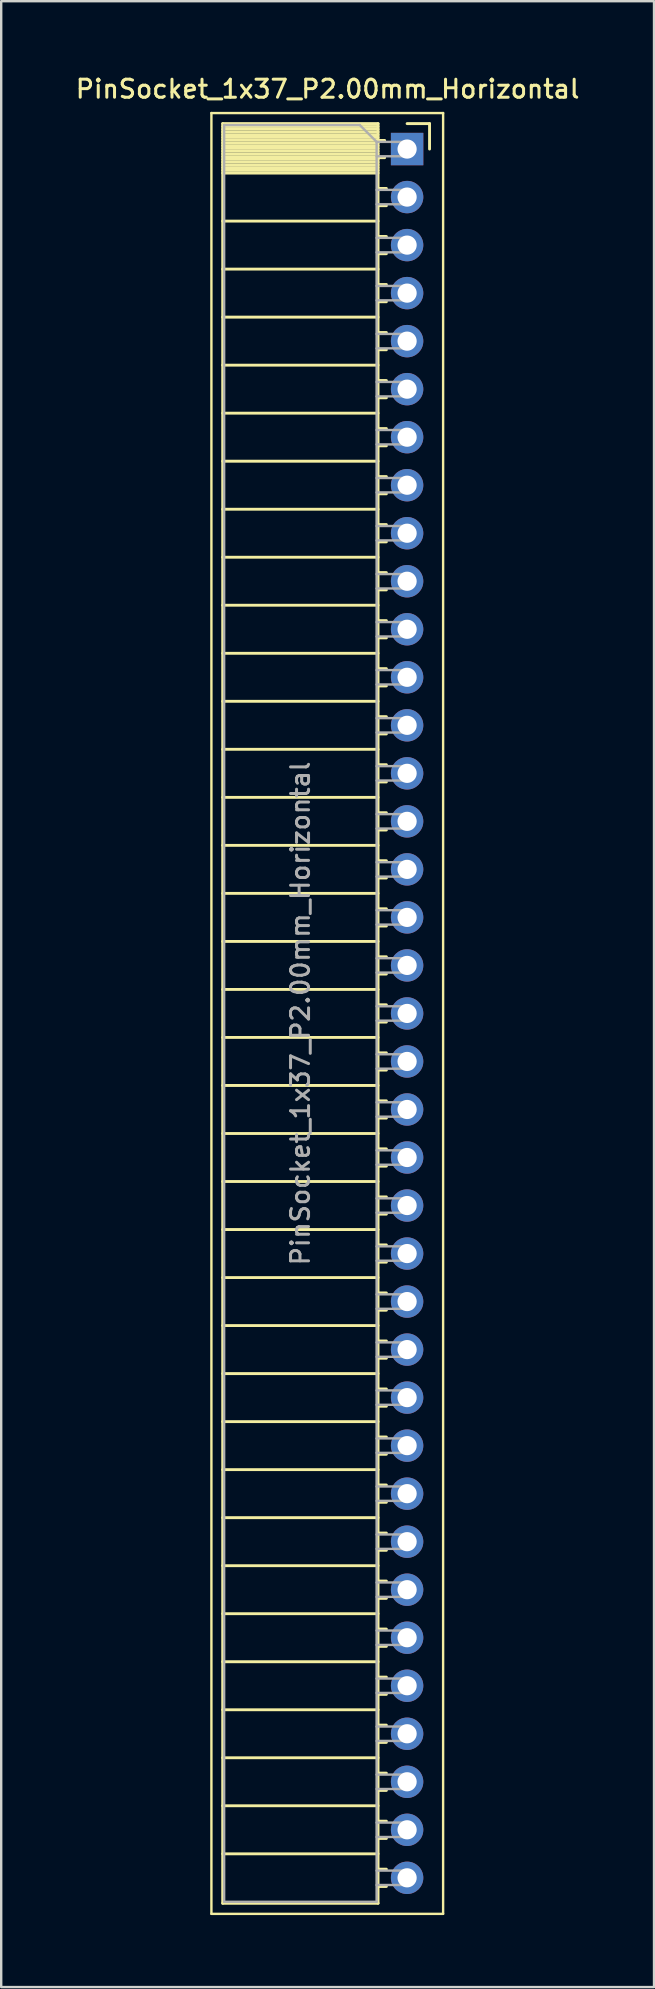
<source format=kicad_pcb>
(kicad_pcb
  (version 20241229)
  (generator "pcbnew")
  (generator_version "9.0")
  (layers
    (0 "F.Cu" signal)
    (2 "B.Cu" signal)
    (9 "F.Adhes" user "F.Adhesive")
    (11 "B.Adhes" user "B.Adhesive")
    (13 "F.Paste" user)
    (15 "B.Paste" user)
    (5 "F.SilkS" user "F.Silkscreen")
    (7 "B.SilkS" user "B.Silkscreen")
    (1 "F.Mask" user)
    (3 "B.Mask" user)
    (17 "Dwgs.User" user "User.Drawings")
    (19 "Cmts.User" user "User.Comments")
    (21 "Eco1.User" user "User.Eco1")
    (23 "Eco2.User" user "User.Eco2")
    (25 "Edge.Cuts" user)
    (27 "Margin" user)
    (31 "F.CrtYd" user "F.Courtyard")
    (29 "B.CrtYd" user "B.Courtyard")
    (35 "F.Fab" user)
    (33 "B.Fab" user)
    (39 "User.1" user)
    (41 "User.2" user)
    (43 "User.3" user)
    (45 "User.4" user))
  (footprint "PinSocket_1x37_P2.00mm_Horizontal"
    (layer "F.Cu")
    (at 13.905 3.158)
    (property "Reference" "PinSocket_1x37_P2.00mm_Horizontal" (at -3.31 -2.5 0) (layer "F.SilkS") (effects (font (size 0.75 0.75) (thickness 0.125))))
    (attr through_hole)
    (fp_line (start -8.15 -1.5) (end -8.15 73.5) (stroke (width 0.1) (type solid)) (layer "F.SilkS"))
    (fp_line (start -8.15 73.5) (end 1.5 73.5) (stroke (width 0.1) (type solid)) (layer "F.SilkS"))
    (fp_line (start -7.68 -1.06) (end -7.68 73.06) (stroke (width 0.12) (type solid)) (layer "F.SilkS"))
    (fp_line (start -7.68 -1.06) (end -1.21 -1.06) (stroke (width 0.12) (type solid)) (layer "F.SilkS"))
    (fp_line (start -7.68 -0.94) (end -1.21 -0.94) (stroke (width 0.12) (type solid)) (layer "F.SilkS"))
    (fp_line (start -7.68 -0.826) (end -1.21 -0.826) (stroke (width 0.12) (type solid)) (layer "F.SilkS"))
    (fp_line (start -7.68 -0.712) (end -1.21 -0.712) (stroke (width 0.12) (type solid)) (layer "F.SilkS"))
    (fp_line (start -7.68 -0.598) (end -1.21 -0.598) (stroke (width 0.12) (type solid)) (layer "F.SilkS"))
    (fp_line (start -7.68 -0.484) (end -1.21 -0.484) (stroke (width 0.12) (type solid)) (layer "F.SilkS"))
    (fp_line (start -7.68 -0.369) (end -1.21 -0.369) (stroke (width 0.12) (type solid)) (layer "F.SilkS"))
    (fp_line (start -7.68 -0.255) (end -1.21 -0.255) (stroke (width 0.12) (type solid)) (layer "F.SilkS"))
    (fp_line (start -7.68 -0.141) (end -1.21 -0.141) (stroke (width 0.12) (type solid)) (layer "F.SilkS"))
    (fp_line (start -7.68 -0.027) (end -1.21 -0.027) (stroke (width 0.12) (type solid)) (layer "F.SilkS"))
    (fp_line (start -7.68 0.087) (end -1.21 0.087) (stroke (width 0.12) (type solid)) (layer "F.SilkS"))
    (fp_line (start -7.68 0.201) (end -1.21 0.201) (stroke (width 0.12) (type solid)) (layer "F.SilkS"))
    (fp_line (start -7.68 0.315) (end -1.21 0.315) (stroke (width 0.12) (type solid)) (layer "F.SilkS"))
    (fp_line (start -7.68 0.429) (end -1.21 0.429) (stroke (width 0.12) (type solid)) (layer "F.SilkS"))
    (fp_line (start -7.68 0.544) (end -1.21 0.544) (stroke (width 0.12) (type solid)) (layer "F.SilkS"))
    (fp_line (start -7.68 0.658) (end -1.21 0.658) (stroke (width 0.12) (type solid)) (layer "F.SilkS"))
    (fp_line (start -7.68 0.772) (end -1.21 0.772) (stroke (width 0.12) (type solid)) (layer "F.SilkS"))
    (fp_line (start -7.68 0.886) (end -1.21 0.886) (stroke (width 0.12) (type solid)) (layer "F.SilkS"))
    (fp_line (start -7.68 1) (end -1.21 1) (stroke (width 0.12) (type solid)) (layer "F.SilkS"))
    (fp_line (start -7.68 3) (end -1.21 3) (stroke (width 0.12) (type solid)) (layer "F.SilkS"))
    (fp_line (start -7.68 5) (end -1.21 5) (stroke (width 0.12) (type solid)) (layer "F.SilkS"))
    (fp_line (start -7.68 7) (end -1.21 7) (stroke (width 0.12) (type solid)) (layer "F.SilkS"))
    (fp_line (start -7.68 9) (end -1.21 9) (stroke (width 0.12) (type solid)) (layer "F.SilkS"))
    (fp_line (start -7.68 11) (end -1.21 11) (stroke (width 0.12) (type solid)) (layer "F.SilkS"))
    (fp_line (start -7.68 13) (end -1.21 13) (stroke (width 0.12) (type solid)) (layer "F.SilkS"))
    (fp_line (start -7.68 15) (end -1.21 15) (stroke (width 0.12) (type solid)) (layer "F.SilkS"))
    (fp_line (start -7.68 17) (end -1.21 17) (stroke (width 0.12) (type solid)) (layer "F.SilkS"))
    (fp_line (start -7.68 19) (end -1.21 19) (stroke (width 0.12) (type solid)) (layer "F.SilkS"))
    (fp_line (start -7.68 21) (end -1.21 21) (stroke (width 0.12) (type solid)) (layer "F.SilkS"))
    (fp_line (start -7.68 23) (end -1.21 23) (stroke (width 0.12) (type solid)) (layer "F.SilkS"))
    (fp_line (start -7.68 25) (end -1.21 25) (stroke (width 0.12) (type solid)) (layer "F.SilkS"))
    (fp_line (start -7.68 27) (end -1.21 27) (stroke (width 0.12) (type solid)) (layer "F.SilkS"))
    (fp_line (start -7.68 29) (end -1.21 29) (stroke (width 0.12) (type solid)) (layer "F.SilkS"))
    (fp_line (start -7.68 31) (end -1.21 31) (stroke (width 0.12) (type solid)) (layer "F.SilkS"))
    (fp_line (start -7.68 33) (end -1.21 33) (stroke (width 0.12) (type solid)) (layer "F.SilkS"))
    (fp_line (start -7.68 35) (end -1.21 35) (stroke (width 0.12) (type solid)) (layer "F.SilkS"))
    (fp_line (start -7.68 37) (end -1.21 37) (stroke (width 0.12) (type solid)) (layer "F.SilkS"))
    (fp_line (start -7.68 39) (end -1.21 39) (stroke (width 0.12) (type solid)) (layer "F.SilkS"))
    (fp_line (start -7.68 41) (end -1.21 41) (stroke (width 0.12) (type solid)) (layer "F.SilkS"))
    (fp_line (start -7.68 43) (end -1.21 43) (stroke (width 0.12) (type solid)) (layer "F.SilkS"))
    (fp_line (start -7.68 45) (end -1.21 45) (stroke (width 0.12) (type solid)) (layer "F.SilkS"))
    (fp_line (start -7.68 47) (end -1.21 47) (stroke (width 0.12) (type solid)) (layer "F.SilkS"))
    (fp_line (start -7.68 49) (end -1.21 49) (stroke (width 0.12) (type solid)) (layer "F.SilkS"))
    (fp_line (start -7.68 51) (end -1.21 51) (stroke (width 0.12) (type solid)) (layer "F.SilkS"))
    (fp_line (start -7.68 53) (end -1.21 53) (stroke (width 0.12) (type solid)) (layer "F.SilkS"))
    (fp_line (start -7.68 55) (end -1.21 55) (stroke (width 0.12) (type solid)) (layer "F.SilkS"))
    (fp_line (start -7.68 57) (end -1.21 57) (stroke (width 0.12) (type solid)) (layer "F.SilkS"))
    (fp_line (start -7.68 59) (end -1.21 59) (stroke (width 0.12) (type solid)) (layer "F.SilkS"))
    (fp_line (start -7.68 61) (end -1.21 61) (stroke (width 0.12) (type solid)) (layer "F.SilkS"))
    (fp_line (start -7.68 63) (end -1.21 63) (stroke (width 0.12) (type solid)) (layer "F.SilkS"))
    (fp_line (start -7.68 65) (end -1.21 65) (stroke (width 0.12) (type solid)) (layer "F.SilkS"))
    (fp_line (start -7.68 67) (end -1.21 67) (stroke (width 0.12) (type solid)) (layer "F.SilkS"))
    (fp_line (start -7.68 69) (end -1.21 69) (stroke (width 0.12) (type solid)) (layer "F.SilkS"))
    (fp_line (start -7.68 71) (end -1.21 71) (stroke (width 0.12) (type solid)) (layer "F.SilkS"))
    (fp_line (start -7.68 73.06) (end -1.21 73.06) (stroke (width 0.12) (type solid)) (layer "F.SilkS"))
    (fp_line (start -1.21 -1.06) (end -1.21 73.06) (stroke (width 0.12) (type solid)) (layer "F.SilkS"))
    (fp_line (start -1.21 -0.36) (end -0.935 -0.36) (stroke (width 0.12) (type solid)) (layer "F.SilkS"))
    (fp_line (start -1.21 0.36) (end -0.935 0.36) (stroke (width 0.12) (type solid)) (layer "F.SilkS"))
    (fp_line (start -1.21 1.64) (end -0.863 1.64) (stroke (width 0.12) (type solid)) (layer "F.SilkS"))
    (fp_line (start -1.21 2.36) (end -0.863 2.36) (stroke (width 0.12) (type solid)) (layer "F.SilkS"))
    (fp_line (start -1.21 3.64) (end -0.863 3.64) (stroke (width 0.12) (type solid)) (layer "F.SilkS"))
    (fp_line (start -1.21 4.36) (end -0.863 4.36) (stroke (width 0.12) (type solid)) (layer "F.SilkS"))
    (fp_line (start -1.21 5.64) (end -0.863 5.64) (stroke (width 0.12) (type solid)) (layer "F.SilkS"))
    (fp_line (start -1.21 6.36) (end -0.863 6.36) (stroke (width 0.12) (type solid)) (layer "F.SilkS"))
    (fp_line (start -1.21 7.64) (end -0.863 7.64) (stroke (width 0.12) (type solid)) (layer "F.SilkS"))
    (fp_line (start -1.21 8.36) (end -0.863 8.36) (stroke (width 0.12) (type solid)) (layer "F.SilkS"))
    (fp_line (start -1.21 9.64) (end -0.863 9.64) (stroke (width 0.12) (type solid)) (layer "F.SilkS"))
    (fp_line (start -1.21 10.36) (end -0.863 10.36) (stroke (width 0.12) (type solid)) (layer "F.SilkS"))
    (fp_line (start -1.21 11.64) (end -0.863 11.64) (stroke (width 0.12) (type solid)) (layer "F.SilkS"))
    (fp_line (start -1.21 12.36) (end -0.863 12.36) (stroke (width 0.12) (type solid)) (layer "F.SilkS"))
    (fp_line (start -1.21 13.64) (end -0.863 13.64) (stroke (width 0.12) (type solid)) (layer "F.SilkS"))
    (fp_line (start -1.21 14.36) (end -0.863 14.36) (stroke (width 0.12) (type solid)) (layer "F.SilkS"))
    (fp_line (start -1.21 15.64) (end -0.863 15.64) (stroke (width 0.12) (type solid)) (layer "F.SilkS"))
    (fp_line (start -1.21 16.36) (end -0.863 16.36) (stroke (width 0.12) (type solid)) (layer "F.SilkS"))
    (fp_line (start -1.21 17.64) (end -0.863 17.64) (stroke (width 0.12) (type solid)) (layer "F.SilkS"))
    (fp_line (start -1.21 18.36) (end -0.863 18.36) (stroke (width 0.12) (type solid)) (layer "F.SilkS"))
    (fp_line (start -1.21 19.64) (end -0.863 19.64) (stroke (width 0.12) (type solid)) (layer "F.SilkS"))
    (fp_line (start -1.21 20.36) (end -0.863 20.36) (stroke (width 0.12) (type solid)) (layer "F.SilkS"))
    (fp_line (start -1.21 21.64) (end -0.863 21.64) (stroke (width 0.12) (type solid)) (layer "F.SilkS"))
    (fp_line (start -1.21 22.36) (end -0.863 22.36) (stroke (width 0.12) (type solid)) (layer "F.SilkS"))
    (fp_line (start -1.21 23.64) (end -0.863 23.64) (stroke (width 0.12) (type solid)) (layer "F.SilkS"))
    (fp_line (start -1.21 24.36) (end -0.863 24.36) (stroke (width 0.12) (type solid)) (layer "F.SilkS"))
    (fp_line (start -1.21 25.64) (end -0.863 25.64) (stroke (width 0.12) (type solid)) (layer "F.SilkS"))
    (fp_line (start -1.21 26.36) (end -0.863 26.36) (stroke (width 0.12) (type solid)) (layer "F.SilkS"))
    (fp_line (start -1.21 27.64) (end -0.863 27.64) (stroke (width 0.12) (type solid)) (layer "F.SilkS"))
    (fp_line (start -1.21 28.36) (end -0.863 28.36) (stroke (width 0.12) (type solid)) (layer "F.SilkS"))
    (fp_line (start -1.21 29.64) (end -0.863 29.64) (stroke (width 0.12) (type solid)) (layer "F.SilkS"))
    (fp_line (start -1.21 30.36) (end -0.863 30.36) (stroke (width 0.12) (type solid)) (layer "F.SilkS"))
    (fp_line (start -1.21 31.64) (end -0.863 31.64) (stroke (width 0.12) (type solid)) (layer "F.SilkS"))
    (fp_line (start -1.21 32.36) (end -0.863 32.36) (stroke (width 0.12) (type solid)) (layer "F.SilkS"))
    (fp_line (start -1.21 33.64) (end -0.863 33.64) (stroke (width 0.12) (type solid)) (layer "F.SilkS"))
    (fp_line (start -1.21 34.36) (end -0.863 34.36) (stroke (width 0.12) (type solid)) (layer "F.SilkS"))
    (fp_line (start -1.21 35.64) (end -0.863 35.64) (stroke (width 0.12) (type solid)) (layer "F.SilkS"))
    (fp_line (start -1.21 36.36) (end -0.863 36.36) (stroke (width 0.12) (type solid)) (layer "F.SilkS"))
    (fp_line (start -1.21 37.64) (end -0.863 37.64) (stroke (width 0.12) (type solid)) (layer "F.SilkS"))
    (fp_line (start -1.21 38.36) (end -0.863 38.36) (stroke (width 0.12) (type solid)) (layer "F.SilkS"))
    (fp_line (start -1.21 39.64) (end -0.863 39.64) (stroke (width 0.12) (type solid)) (layer "F.SilkS"))
    (fp_line (start -1.21 40.36) (end -0.863 40.36) (stroke (width 0.12) (type solid)) (layer "F.SilkS"))
    (fp_line (start -1.21 41.64) (end -0.863 41.64) (stroke (width 0.12) (type solid)) (layer "F.SilkS"))
    (fp_line (start -1.21 42.36) (end -0.863 42.36) (stroke (width 0.12) (type solid)) (layer "F.SilkS"))
    (fp_line (start -1.21 43.64) (end -0.863 43.64) (stroke (width 0.12) (type solid)) (layer "F.SilkS"))
    (fp_line (start -1.21 44.36) (end -0.863 44.36) (stroke (width 0.12) (type solid)) (layer "F.SilkS"))
    (fp_line (start -1.21 45.64) (end -0.863 45.64) (stroke (width 0.12) (type solid)) (layer "F.SilkS"))
    (fp_line (start -1.21 46.36) (end -0.863 46.36) (stroke (width 0.12) (type solid)) (layer "F.SilkS"))
    (fp_line (start -1.21 47.64) (end -0.863 47.64) (stroke (width 0.12) (type solid)) (layer "F.SilkS"))
    (fp_line (start -1.21 48.36) (end -0.863 48.36) (stroke (width 0.12) (type solid)) (layer "F.SilkS"))
    (fp_line (start -1.21 49.64) (end -0.863 49.64) (stroke (width 0.12) (type solid)) (layer "F.SilkS"))
    (fp_line (start -1.21 50.36) (end -0.863 50.36) (stroke (width 0.12) (type solid)) (layer "F.SilkS"))
    (fp_line (start -1.21 51.64) (end -0.863 51.64) (stroke (width 0.12) (type solid)) (layer "F.SilkS"))
    (fp_line (start -1.21 52.36) (end -0.863 52.36) (stroke (width 0.12) (type solid)) (layer "F.SilkS"))
    (fp_line (start -1.21 53.64) (end -0.863 53.64) (stroke (width 0.12) (type solid)) (layer "F.SilkS"))
    (fp_line (start -1.21 54.36) (end -0.863 54.36) (stroke (width 0.12) (type solid)) (layer "F.SilkS"))
    (fp_line (start -1.21 55.64) (end -0.863 55.64) (stroke (width 0.12) (type solid)) (layer "F.SilkS"))
    (fp_line (start -1.21 56.36) (end -0.863 56.36) (stroke (width 0.12) (type solid)) (layer "F.SilkS"))
    (fp_line (start -1.21 57.64) (end -0.863 57.64) (stroke (width 0.12) (type solid)) (layer "F.SilkS"))
    (fp_line (start -1.21 58.36) (end -0.863 58.36) (stroke (width 0.12) (type solid)) (layer "F.SilkS"))
    (fp_line (start -1.21 59.64) (end -0.863 59.64) (stroke (width 0.12) (type solid)) (layer "F.SilkS"))
    (fp_line (start -1.21 60.36) (end -0.863 60.36) (stroke (width 0.12) (type solid)) (layer "F.SilkS"))
    (fp_line (start -1.21 61.64) (end -0.863 61.64) (stroke (width 0.12) (type solid)) (layer "F.SilkS"))
    (fp_line (start -1.21 62.36) (end -0.863 62.36) (stroke (width 0.12) (type solid)) (layer "F.SilkS"))
    (fp_line (start -1.21 63.64) (end -0.863 63.64) (stroke (width 0.12) (type solid)) (layer "F.SilkS"))
    (fp_line (start -1.21 64.36) (end -0.863 64.36) (stroke (width 0.12) (type solid)) (layer "F.SilkS"))
    (fp_line (start -1.21 65.64) (end -0.863 65.64) (stroke (width 0.12) (type solid)) (layer "F.SilkS"))
    (fp_line (start -1.21 66.36) (end -0.863 66.36) (stroke (width 0.12) (type solid)) (layer "F.SilkS"))
    (fp_line (start -1.21 67.64) (end -0.863 67.64) (stroke (width 0.12) (type solid)) (layer "F.SilkS"))
    (fp_line (start -1.21 68.36) (end -0.863 68.36) (stroke (width 0.12) (type solid)) (layer "F.SilkS"))
    (fp_line (start -1.21 69.64) (end -0.863 69.64) (stroke (width 0.12) (type solid)) (layer "F.SilkS"))
    (fp_line (start -1.21 70.36) (end -0.863 70.36) (stroke (width 0.12) (type solid)) (layer "F.SilkS"))
    (fp_line (start -1.21 71.64) (end -0.863 71.64) (stroke (width 0.12) (type solid)) (layer "F.SilkS"))
    (fp_line (start -1.21 72.36) (end -0.863 72.36) (stroke (width 0.12) (type solid)) (layer "F.SilkS"))
    (fp_line (start 0 -1.06) (end 0.935 -1.06) (stroke (width 0.12) (type solid)) (layer "F.SilkS"))
    (fp_line (start 0.935 -1.06) (end 0.935 0) (stroke (width 0.12) (type solid)) (layer "F.SilkS"))
    (fp_line (start 1.5 -1.5) (end -8.15 -1.5) (stroke (width 0.1) (type solid)) (layer "F.SilkS"))
    (fp_line (start 1.5 73.5) (end 1.5 -1.5) (stroke (width 0.1) (type solid)) (layer "F.SilkS"))
    (fp_line (start -7.62 -1) (end -1.97 -1) (stroke (width 0.1) (type solid)) (layer "F.Fab"))
    (fp_line (start -7.62 73) (end -7.62 -1) (stroke (width 0.1) (type solid)) (layer "F.Fab"))
    (fp_line (start -1.97 -1) (end -1.27 -0.3) (stroke (width 0.1) (type solid)) (layer "F.Fab"))
    (fp_line (start -1.27 -0.3) (end -1.27 73) (stroke (width 0.1) (type solid)) (layer "F.Fab"))
    (fp_line (start -1.27 0.3) (end 0 0.3) (stroke (width 0.1) (type solid)) (layer "F.Fab"))
    (fp_line (start -1.27 2.3) (end 0 2.3) (stroke (width 0.1) (type solid)) (layer "F.Fab"))
    (fp_line (start -1.27 4.3) (end 0 4.3) (stroke (width 0.1) (type solid)) (layer "F.Fab"))
    (fp_line (start -1.27 6.3) (end 0 6.3) (stroke (width 0.1) (type solid)) (layer "F.Fab"))
    (fp_line (start -1.27 8.3) (end 0 8.3) (stroke (width 0.1) (type solid)) (layer "F.Fab"))
    (fp_line (start -1.27 10.3) (end 0 10.3) (stroke (width 0.1) (type solid)) (layer "F.Fab"))
    (fp_line (start -1.27 12.3) (end 0 12.3) (stroke (width 0.1) (type solid)) (layer "F.Fab"))
    (fp_line (start -1.27 14.3) (end 0 14.3) (stroke (width 0.1) (type solid)) (layer "F.Fab"))
    (fp_line (start -1.27 16.3) (end 0 16.3) (stroke (width 0.1) (type solid)) (layer "F.Fab"))
    (fp_line (start -1.27 18.3) (end 0 18.3) (stroke (width 0.1) (type solid)) (layer "F.Fab"))
    (fp_line (start -1.27 20.3) (end 0 20.3) (stroke (width 0.1) (type solid)) (layer "F.Fab"))
    (fp_line (start -1.27 22.3) (end 0 22.3) (stroke (width 0.1) (type solid)) (layer "F.Fab"))
    (fp_line (start -1.27 24.3) (end 0 24.3) (stroke (width 0.1) (type solid)) (layer "F.Fab"))
    (fp_line (start -1.27 26.3) (end 0 26.3) (stroke (width 0.1) (type solid)) (layer "F.Fab"))
    (fp_line (start -1.27 28.3) (end 0 28.3) (stroke (width 0.1) (type solid)) (layer "F.Fab"))
    (fp_line (start -1.27 30.3) (end 0 30.3) (stroke (width 0.1) (type solid)) (layer "F.Fab"))
    (fp_line (start -1.27 32.3) (end 0 32.3) (stroke (width 0.1) (type solid)) (layer "F.Fab"))
    (fp_line (start -1.27 34.3) (end 0 34.3) (stroke (width 0.1) (type solid)) (layer "F.Fab"))
    (fp_line (start -1.27 36.3) (end 0 36.3) (stroke (width 0.1) (type solid)) (layer "F.Fab"))
    (fp_line (start -1.27 38.3) (end 0 38.3) (stroke (width 0.1) (type solid)) (layer "F.Fab"))
    (fp_line (start -1.27 40.3) (end 0 40.3) (stroke (width 0.1) (type solid)) (layer "F.Fab"))
    (fp_line (start -1.27 42.3) (end 0 42.3) (stroke (width 0.1) (type solid)) (layer "F.Fab"))
    (fp_line (start -1.27 44.3) (end 0 44.3) (stroke (width 0.1) (type solid)) (layer "F.Fab"))
    (fp_line (start -1.27 46.3) (end 0 46.3) (stroke (width 0.1) (type solid)) (layer "F.Fab"))
    (fp_line (start -1.27 48.3) (end 0 48.3) (stroke (width 0.1) (type solid)) (layer "F.Fab"))
    (fp_line (start -1.27 50.3) (end 0 50.3) (stroke (width 0.1) (type solid)) (layer "F.Fab"))
    (fp_line (start -1.27 52.3) (end 0 52.3) (stroke (width 0.1) (type solid)) (layer "F.Fab"))
    (fp_line (start -1.27 54.3) (end 0 54.3) (stroke (width 0.1) (type solid)) (layer "F.Fab"))
    (fp_line (start -1.27 56.3) (end 0 56.3) (stroke (width 0.1) (type solid)) (layer "F.Fab"))
    (fp_line (start -1.27 58.3) (end 0 58.3) (stroke (width 0.1) (type solid)) (layer "F.Fab"))
    (fp_line (start -1.27 60.3) (end 0 60.3) (stroke (width 0.1) (type solid)) (layer "F.Fab"))
    (fp_line (start -1.27 62.3) (end 0 62.3) (stroke (width 0.1) (type solid)) (layer "F.Fab"))
    (fp_line (start -1.27 64.3) (end 0 64.3) (stroke (width 0.1) (type solid)) (layer "F.Fab"))
    (fp_line (start -1.27 66.3) (end 0 66.3) (stroke (width 0.1) (type solid)) (layer "F.Fab"))
    (fp_line (start -1.27 68.3) (end 0 68.3) (stroke (width 0.1) (type solid)) (layer "F.Fab"))
    (fp_line (start -1.27 70.3) (end 0 70.3) (stroke (width 0.1) (type solid)) (layer "F.Fab"))
    (fp_line (start -1.27 72.3) (end 0 72.3) (stroke (width 0.1) (type solid)) (layer "F.Fab"))
    (fp_line (start -1.27 73) (end -7.62 73) (stroke (width 0.1) (type solid)) (layer "F.Fab"))
    (fp_line (start 0 -0.3) (end -1.27 -0.3) (stroke (width 0.1) (type solid)) (layer "F.Fab"))
    (fp_line (start 0 0.3) (end 0 -0.3) (stroke (width 0.1) (type solid)) (layer "F.Fab"))
    (fp_line (start 0 1.7) (end -1.27 1.7) (stroke (width 0.1) (type solid)) (layer "F.Fab"))
    (fp_line (start 0 2.3) (end 0 1.7) (stroke (width 0.1) (type solid)) (layer "F.Fab"))
    (fp_line (start 0 3.7) (end -1.27 3.7) (stroke (width 0.1) (type solid)) (layer "F.Fab"))
    (fp_line (start 0 4.3) (end 0 3.7) (stroke (width 0.1) (type solid)) (layer "F.Fab"))
    (fp_line (start 0 5.7) (end -1.27 5.7) (stroke (width 0.1) (type solid)) (layer "F.Fab"))
    (fp_line (start 0 6.3) (end 0 5.7) (stroke (width 0.1) (type solid)) (layer "F.Fab"))
    (fp_line (start 0 7.7) (end -1.27 7.7) (stroke (width 0.1) (type solid)) (layer "F.Fab"))
    (fp_line (start 0 8.3) (end 0 7.7) (stroke (width 0.1) (type solid)) (layer "F.Fab"))
    (fp_line (start 0 9.7) (end -1.27 9.7) (stroke (width 0.1) (type solid)) (layer "F.Fab"))
    (fp_line (start 0 10.3) (end 0 9.7) (stroke (width 0.1) (type solid)) (layer "F.Fab"))
    (fp_line (start 0 11.7) (end -1.27 11.7) (stroke (width 0.1) (type solid)) (layer "F.Fab"))
    (fp_line (start 0 12.3) (end 0 11.7) (stroke (width 0.1) (type solid)) (layer "F.Fab"))
    (fp_line (start 0 13.7) (end -1.27 13.7) (stroke (width 0.1) (type solid)) (layer "F.Fab"))
    (fp_line (start 0 14.3) (end 0 13.7) (stroke (width 0.1) (type solid)) (layer "F.Fab"))
    (fp_line (start 0 15.7) (end -1.27 15.7) (stroke (width 0.1) (type solid)) (layer "F.Fab"))
    (fp_line (start 0 16.3) (end 0 15.7) (stroke (width 0.1) (type solid)) (layer "F.Fab"))
    (fp_line (start 0 17.7) (end -1.27 17.7) (stroke (width 0.1) (type solid)) (layer "F.Fab"))
    (fp_line (start 0 18.3) (end 0 17.7) (stroke (width 0.1) (type solid)) (layer "F.Fab"))
    (fp_line (start 0 19.7) (end -1.27 19.7) (stroke (width 0.1) (type solid)) (layer "F.Fab"))
    (fp_line (start 0 20.3) (end 0 19.7) (stroke (width 0.1) (type solid)) (layer "F.Fab"))
    (fp_line (start 0 21.7) (end -1.27 21.7) (stroke (width 0.1) (type solid)) (layer "F.Fab"))
    (fp_line (start 0 22.3) (end 0 21.7) (stroke (width 0.1) (type solid)) (layer "F.Fab"))
    (fp_line (start 0 23.7) (end -1.27 23.7) (stroke (width 0.1) (type solid)) (layer "F.Fab"))
    (fp_line (start 0 24.3) (end 0 23.7) (stroke (width 0.1) (type solid)) (layer "F.Fab"))
    (fp_line (start 0 25.7) (end -1.27 25.7) (stroke (width 0.1) (type solid)) (layer "F.Fab"))
    (fp_line (start 0 26.3) (end 0 25.7) (stroke (width 0.1) (type solid)) (layer "F.Fab"))
    (fp_line (start 0 27.7) (end -1.27 27.7) (stroke (width 0.1) (type solid)) (layer "F.Fab"))
    (fp_line (start 0 28.3) (end 0 27.7) (stroke (width 0.1) (type solid)) (layer "F.Fab"))
    (fp_line (start 0 29.7) (end -1.27 29.7) (stroke (width 0.1) (type solid)) (layer "F.Fab"))
    (fp_line (start 0 30.3) (end 0 29.7) (stroke (width 0.1) (type solid)) (layer "F.Fab"))
    (fp_line (start 0 31.7) (end -1.27 31.7) (stroke (width 0.1) (type solid)) (layer "F.Fab"))
    (fp_line (start 0 32.3) (end 0 31.7) (stroke (width 0.1) (type solid)) (layer "F.Fab"))
    (fp_line (start 0 33.7) (end -1.27 33.7) (stroke (width 0.1) (type solid)) (layer "F.Fab"))
    (fp_line (start 0 34.3) (end 0 33.7) (stroke (width 0.1) (type solid)) (layer "F.Fab"))
    (fp_line (start 0 35.7) (end -1.27 35.7) (stroke (width 0.1) (type solid)) (layer "F.Fab"))
    (fp_line (start 0 36.3) (end 0 35.7) (stroke (width 0.1) (type solid)) (layer "F.Fab"))
    (fp_line (start 0 37.7) (end -1.27 37.7) (stroke (width 0.1) (type solid)) (layer "F.Fab"))
    (fp_line (start 0 38.3) (end 0 37.7) (stroke (width 0.1) (type solid)) (layer "F.Fab"))
    (fp_line (start 0 39.7) (end -1.27 39.7) (stroke (width 0.1) (type solid)) (layer "F.Fab"))
    (fp_line (start 0 40.3) (end 0 39.7) (stroke (width 0.1) (type solid)) (layer "F.Fab"))
    (fp_line (start 0 41.7) (end -1.27 41.7) (stroke (width 0.1) (type solid)) (layer "F.Fab"))
    (fp_line (start 0 42.3) (end 0 41.7) (stroke (width 0.1) (type solid)) (layer "F.Fab"))
    (fp_line (start 0 43.7) (end -1.27 43.7) (stroke (width 0.1) (type solid)) (layer "F.Fab"))
    (fp_line (start 0 44.3) (end 0 43.7) (stroke (width 0.1) (type solid)) (layer "F.Fab"))
    (fp_line (start 0 45.7) (end -1.27 45.7) (stroke (width 0.1) (type solid)) (layer "F.Fab"))
    (fp_line (start 0 46.3) (end 0 45.7) (stroke (width 0.1) (type solid)) (layer "F.Fab"))
    (fp_line (start 0 47.7) (end -1.27 47.7) (stroke (width 0.1) (type solid)) (layer "F.Fab"))
    (fp_line (start 0 48.3) (end 0 47.7) (stroke (width 0.1) (type solid)) (layer "F.Fab"))
    (fp_line (start 0 49.7) (end -1.27 49.7) (stroke (width 0.1) (type solid)) (layer "F.Fab"))
    (fp_line (start 0 50.3) (end 0 49.7) (stroke (width 0.1) (type solid)) (layer "F.Fab"))
    (fp_line (start 0 51.7) (end -1.27 51.7) (stroke (width 0.1) (type solid)) (layer "F.Fab"))
    (fp_line (start 0 52.3) (end 0 51.7) (stroke (width 0.1) (type solid)) (layer "F.Fab"))
    (fp_line (start 0 53.7) (end -1.27 53.7) (stroke (width 0.1) (type solid)) (layer "F.Fab"))
    (fp_line (start 0 54.3) (end 0 53.7) (stroke (width 0.1) (type solid)) (layer "F.Fab"))
    (fp_line (start 0 55.7) (end -1.27 55.7) (stroke (width 0.1) (type solid)) (layer "F.Fab"))
    (fp_line (start 0 56.3) (end 0 55.7) (stroke (width 0.1) (type solid)) (layer "F.Fab"))
    (fp_line (start 0 57.7) (end -1.27 57.7) (stroke (width 0.1) (type solid)) (layer "F.Fab"))
    (fp_line (start 0 58.3) (end 0 57.7) (stroke (width 0.1) (type solid)) (layer "F.Fab"))
    (fp_line (start 0 59.7) (end -1.27 59.7) (stroke (width 0.1) (type solid)) (layer "F.Fab"))
    (fp_line (start 0 60.3) (end 0 59.7) (stroke (width 0.1) (type solid)) (layer "F.Fab"))
    (fp_line (start 0 61.7) (end -1.27 61.7) (stroke (width 0.1) (type solid)) (layer "F.Fab"))
    (fp_line (start 0 62.3) (end 0 61.7) (stroke (width 0.1) (type solid)) (layer "F.Fab"))
    (fp_line (start 0 63.7) (end -1.27 63.7) (stroke (width 0.1) (type solid)) (layer "F.Fab"))
    (fp_line (start 0 64.3) (end 0 63.7) (stroke (width 0.1) (type solid)) (layer "F.Fab"))
    (fp_line (start 0 65.7) (end -1.27 65.7) (stroke (width 0.1) (type solid)) (layer "F.Fab"))
    (fp_line (start 0 66.3) (end 0 65.7) (stroke (width 0.1) (type solid)) (layer "F.Fab"))
    (fp_line (start 0 67.7) (end -1.27 67.7) (stroke (width 0.1) (type solid)) (layer "F.Fab"))
    (fp_line (start 0 68.3) (end 0 67.7) (stroke (width 0.1) (type solid)) (layer "F.Fab"))
    (fp_line (start 0 69.7) (end -1.27 69.7) (stroke (width 0.1) (type solid)) (layer "F.Fab"))
    (fp_line (start 0 70.3) (end 0 69.7) (stroke (width 0.1) (type solid)) (layer "F.Fab"))
    (fp_line (start 0 71.7) (end -1.27 71.7) (stroke (width 0.1) (type solid)) (layer "F.Fab"))
    (fp_line (start 0 72.3) (end 0 71.7) (stroke (width 0.1) (type solid)) (layer "F.Fab"))
    (fp_text user "${REFERENCE}" (at -4.445 36 90) (layer "F.Fab") (effects (font (size 0.75 0.75) (thickness 0.125))))
    (pad "1" thru_hole rect (at 0 0) (size 1.35 1.35) (drill 0.8) (layers "*.Cu" "*.Mask"))
    (pad "2" thru_hole oval (at 0 2) (size 1.35 1.35) (drill 0.8) (layers "*.Cu" "*.Mask"))
    (pad "3" thru_hole oval (at 0 4) (size 1.35 1.35) (drill 0.8) (layers "*.Cu" "*.Mask"))
    (pad "4" thru_hole oval (at 0 6) (size 1.35 1.35) (drill 0.8) (layers "*.Cu" "*.Mask"))
    (pad "5" thru_hole oval (at 0 8) (size 1.35 1.35) (drill 0.8) (layers "*.Cu" "*.Mask"))
    (pad "6" thru_hole oval (at 0 10) (size 1.35 1.35) (drill 0.8) (layers "*.Cu" "*.Mask"))
    (pad "7" thru_hole oval (at 0 12) (size 1.35 1.35) (drill 0.8) (layers "*.Cu" "*.Mask"))
    (pad "8" thru_hole oval (at 0 14) (size 1.35 1.35) (drill 0.8) (layers "*.Cu" "*.Mask"))
    (pad "9" thru_hole oval (at 0 16) (size 1.35 1.35) (drill 0.8) (layers "*.Cu" "*.Mask"))
    (pad "10" thru_hole oval (at 0 18) (size 1.35 1.35) (drill 0.8) (layers "*.Cu" "*.Mask"))
    (pad "11" thru_hole oval (at 0 20) (size 1.35 1.35) (drill 0.8) (layers "*.Cu" "*.Mask"))
    (pad "12" thru_hole oval (at 0 22) (size 1.35 1.35) (drill 0.8) (layers "*.Cu" "*.Mask"))
    (pad "13" thru_hole oval (at 0 24) (size 1.35 1.35) (drill 0.8) (layers "*.Cu" "*.Mask"))
    (pad "14" thru_hole oval (at 0 26) (size 1.35 1.35) (drill 0.8) (layers "*.Cu" "*.Mask"))
    (pad "15" thru_hole oval (at 0 28) (size 1.35 1.35) (drill 0.8) (layers "*.Cu" "*.Mask"))
    (pad "16" thru_hole oval (at 0 30) (size 1.35 1.35) (drill 0.8) (layers "*.Cu" "*.Mask"))
    (pad "17" thru_hole oval (at 0 32) (size 1.35 1.35) (drill 0.8) (layers "*.Cu" "*.Mask"))
    (pad "18" thru_hole oval (at 0 34) (size 1.35 1.35) (drill 0.8) (layers "*.Cu" "*.Mask"))
    (pad "19" thru_hole oval (at 0 36) (size 1.35 1.35) (drill 0.8) (layers "*.Cu" "*.Mask"))
    (pad "20" thru_hole oval (at 0 38) (size 1.35 1.35) (drill 0.8) (layers "*.Cu" "*.Mask"))
    (pad "21" thru_hole oval (at 0 40) (size 1.35 1.35) (drill 0.8) (layers "*.Cu" "*.Mask"))
    (pad "22" thru_hole oval (at 0 42) (size 1.35 1.35) (drill 0.8) (layers "*.Cu" "*.Mask"))
    (pad "23" thru_hole oval (at 0 44) (size 1.35 1.35) (drill 0.8) (layers "*.Cu" "*.Mask"))
    (pad "24" thru_hole oval (at 0 46) (size 1.35 1.35) (drill 0.8) (layers "*.Cu" "*.Mask"))
    (pad "25" thru_hole oval (at 0 48) (size 1.35 1.35) (drill 0.8) (layers "*.Cu" "*.Mask"))
    (pad "26" thru_hole oval (at 0 50) (size 1.35 1.35) (drill 0.8) (layers "*.Cu" "*.Mask"))
    (pad "27" thru_hole oval (at 0 52) (size 1.35 1.35) (drill 0.8) (layers "*.Cu" "*.Mask"))
    (pad "28" thru_hole oval (at 0 54) (size 1.35 1.35) (drill 0.8) (layers "*.Cu" "*.Mask"))
    (pad "29" thru_hole oval (at 0 56) (size 1.35 1.35) (drill 0.8) (layers "*.Cu" "*.Mask"))
    (pad "30" thru_hole oval (at 0 58) (size 1.35 1.35) (drill 0.8) (layers "*.Cu" "*.Mask"))
    (pad "31" thru_hole oval (at 0 60) (size 1.35 1.35) (drill 0.8) (layers "*.Cu" "*.Mask"))
    (pad "32" thru_hole oval (at 0 62) (size 1.35 1.35) (drill 0.8) (layers "*.Cu" "*.Mask"))
    (pad "33" thru_hole oval (at 0 64) (size 1.35 1.35) (drill 0.8) (layers "*.Cu" "*.Mask"))
    (pad "34" thru_hole oval (at 0 66) (size 1.35 1.35) (drill 0.8) (layers "*.Cu" "*.Mask"))
    (pad "35" thru_hole oval (at 0 68) (size 1.35 1.35) (drill 0.8) (layers "*.Cu" "*.Mask"))
    (pad "36" thru_hole oval (at 0 70) (size 1.35 1.35) (drill 0.8) (layers "*.Cu" "*.Mask"))
    (pad "37" thru_hole oval (at 0 72) (size 1.35 1.35) (drill 0.8) (layers "*.Cu" "*.Mask")))
  (gr_rect
    (start -3 -3)
    (end 24.189 79.708)
    (stroke (width 0.1) (type default))
    (fill no)
    (layer "Edge.Cuts")))
</source>
